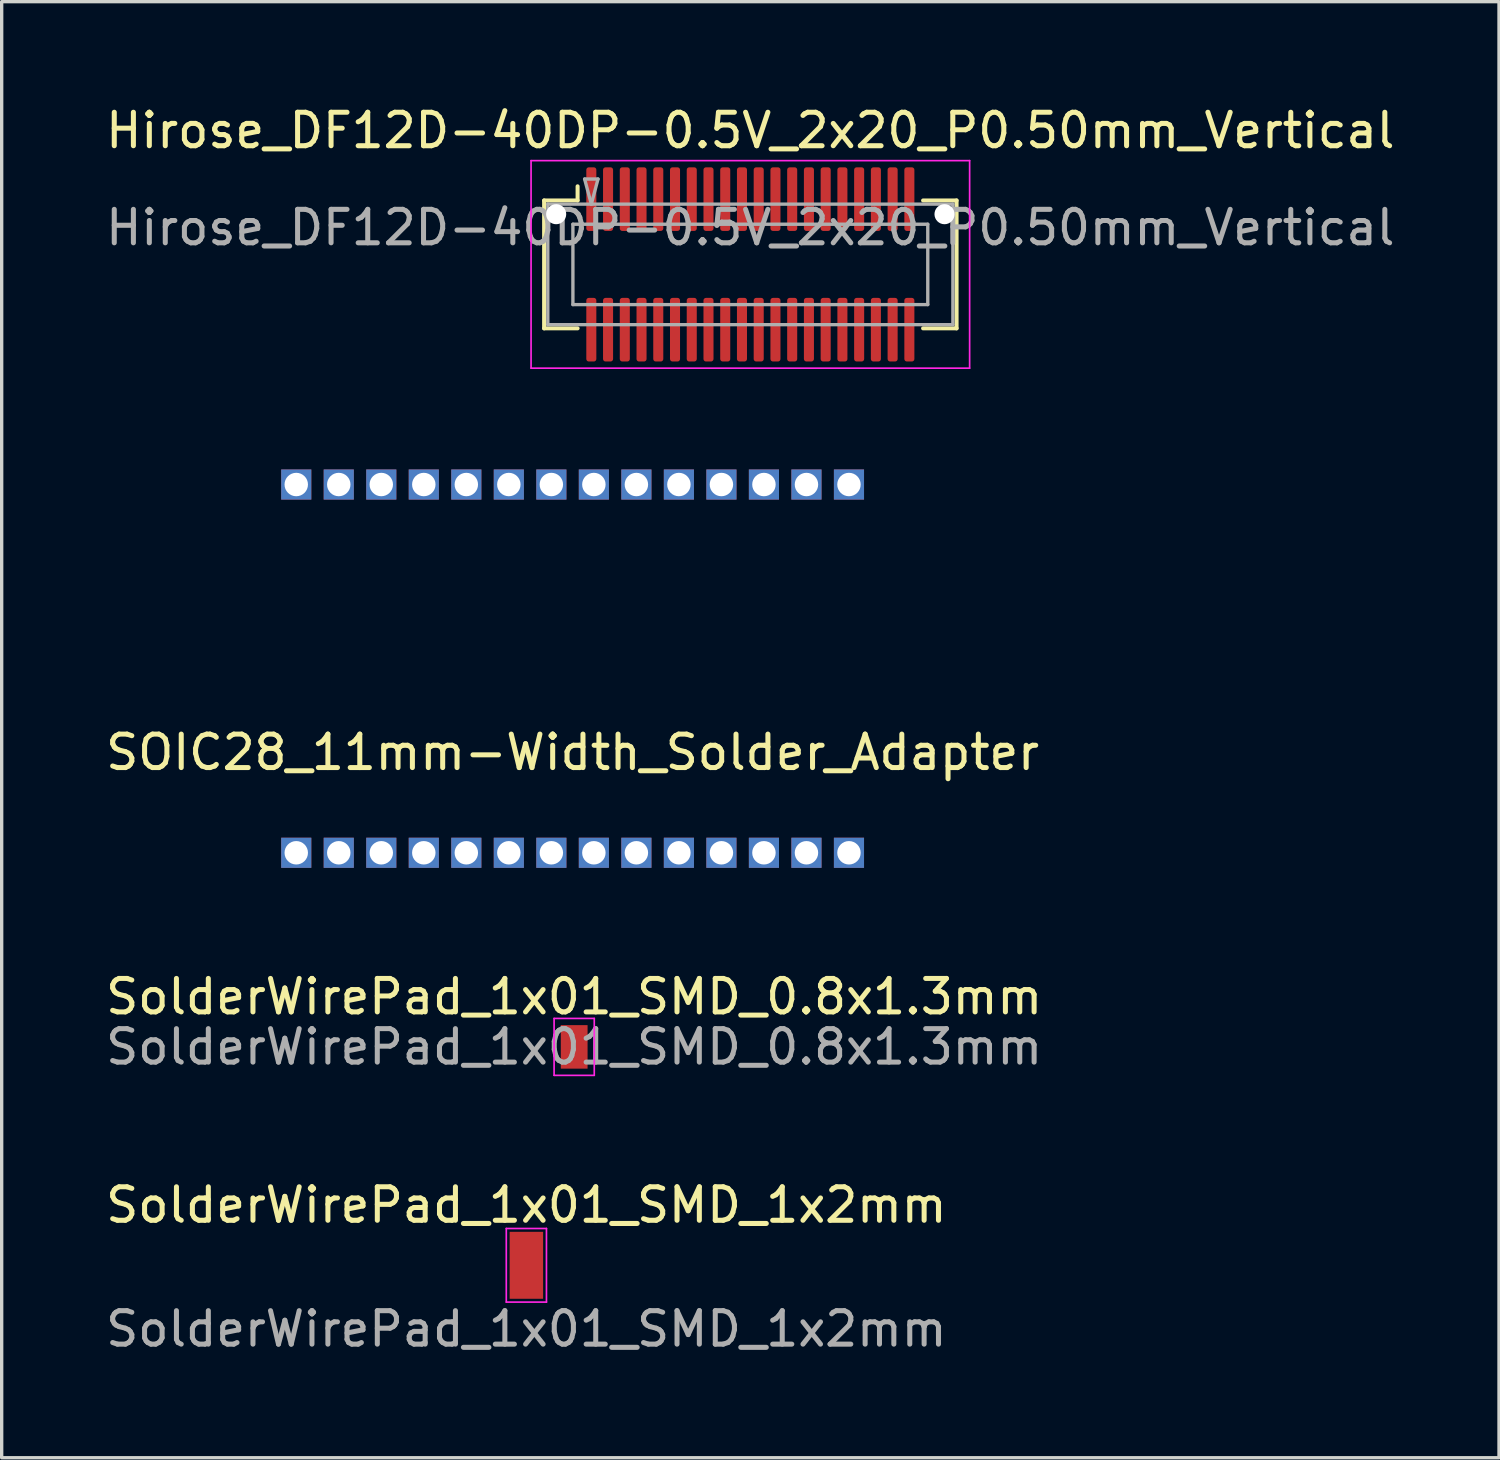
<source format=kicad_pcb>
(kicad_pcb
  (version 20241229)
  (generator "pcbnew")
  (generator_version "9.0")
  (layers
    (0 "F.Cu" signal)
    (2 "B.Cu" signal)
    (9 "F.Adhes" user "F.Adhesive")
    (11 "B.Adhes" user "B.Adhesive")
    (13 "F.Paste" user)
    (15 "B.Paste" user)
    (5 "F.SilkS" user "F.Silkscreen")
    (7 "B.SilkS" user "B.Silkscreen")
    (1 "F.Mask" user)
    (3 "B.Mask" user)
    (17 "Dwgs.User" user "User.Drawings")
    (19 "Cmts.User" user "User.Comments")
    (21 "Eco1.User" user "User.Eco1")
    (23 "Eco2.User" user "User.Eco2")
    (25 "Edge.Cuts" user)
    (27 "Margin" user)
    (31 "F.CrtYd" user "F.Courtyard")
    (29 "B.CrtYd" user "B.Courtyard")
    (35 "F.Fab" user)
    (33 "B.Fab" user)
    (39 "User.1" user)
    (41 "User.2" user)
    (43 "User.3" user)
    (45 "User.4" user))
  (footprint "SOIC28_11mm-Width_Solder_Adapter"
    (layer "F.Cu")
    (at 14.054 16.923)
    (property "Reference" "SOIC28_11mm-Width_Solder_Adapter" (at 0 2.5 0) (layer "F.SilkS") (effects (font (size 1 1) (thickness 0.15))))
    (attr through_hole)
    (pad "1" thru_hole rect (at -8.255 5.5) (size 0.9 0.9) (drill 0.7) (layers "*.Cu" "*.Mask"))
    (pad "2" thru_hole rect (at -6.985 5.5) (size 0.9 0.9) (drill 0.7) (layers "*.Cu" "*.Mask"))
    (pad "3" thru_hole rect (at -5.715 5.5) (size 0.9 0.9) (drill 0.7) (layers "*.Cu" "*.Mask"))
    (pad "4" thru_hole rect (at -4.445 5.5) (size 0.9 0.9) (drill 0.7) (layers "*.Cu" "*.Mask"))
    (pad "5" thru_hole rect (at -3.175 5.5) (size 0.9 0.9) (drill 0.7) (layers "*.Cu" "*.Mask"))
    (pad "6" thru_hole rect (at -1.905 5.5) (size 0.9 0.9) (drill 0.7) (layers "*.Cu" "*.Mask"))
    (pad "7" thru_hole rect (at -0.635 5.5) (size 0.9 0.9) (drill 0.7) (layers "*.Cu" "*.Mask"))
    (pad "8" thru_hole rect (at 0.635 5.5) (size 0.9 0.9) (drill 0.7) (layers "*.Cu" "*.Mask"))
    (pad "9" thru_hole rect (at 1.905 5.5) (size 0.9 0.9) (drill 0.7) (layers "*.Cu" "*.Mask"))
    (pad "10" thru_hole rect (at 3.175 5.5) (size 0.9 0.9) (drill 0.7) (layers "*.Cu" "*.Mask"))
    (pad "11" thru_hole rect (at 4.445 5.5) (size 0.9 0.9) (drill 0.7) (layers "*.Cu" "*.Mask"))
    (pad "12" thru_hole rect (at 5.715 5.5) (size 0.9 0.9) (drill 0.7) (layers "*.Cu" "*.Mask"))
    (pad "13" thru_hole rect (at 6.985 5.5) (size 0.9 0.9) (drill 0.7) (layers "*.Cu" "*.Mask"))
    (pad "14" thru_hole rect (at 8.255 5.5) (size 0.9 0.9) (drill 0.7) (layers "*.Cu" "*.Mask"))
    (pad "15" thru_hole rect (at 8.255 -5.5) (size 0.9 0.9) (drill 0.7) (layers "*.Cu" "*.Mask"))
    (pad "16" thru_hole rect (at 6.985 -5.5) (size 0.9 0.9) (drill 0.7) (layers "*.Cu" "*.Mask"))
    (pad "17" thru_hole rect (at 5.715 -5.5) (size 0.9 0.9) (drill 0.7) (layers "*.Cu" "*.Mask"))
    (pad "18" thru_hole rect (at 4.445 -5.5) (size 0.9 0.9) (drill 0.7) (layers "*.Cu" "*.Mask"))
    (pad "19" thru_hole rect (at 3.175 -5.5) (size 0.9 0.9) (drill 0.7) (layers "*.Cu" "*.Mask"))
    (pad "20" thru_hole rect (at 1.905 -5.5) (size 0.9 0.9) (drill 0.7) (layers "*.Cu" "*.Mask"))
    (pad "21" thru_hole rect (at 0.635 -5.5) (size 0.9 0.9) (drill 0.7) (layers "*.Cu" "*.Mask"))
    (pad "22" thru_hole rect (at -0.635 -5.5) (size 0.9 0.9) (drill 0.7) (layers "*.Cu" "*.Mask"))
    (pad "23" thru_hole rect (at -1.905 -5.5) (size 0.9 0.9) (drill 0.7) (layers "*.Cu" "*.Mask"))
    (pad "24" thru_hole rect (at -3.175 -5.5) (size 0.9 0.9) (drill 0.7) (layers "*.Cu" "*.Mask"))
    (pad "25" thru_hole rect (at -4.445 -5.5) (size 0.9 0.9) (drill 0.7) (layers "*.Cu" "*.Mask"))
    (pad "26" thru_hole rect (at -5.715 -5.5) (size 0.9 0.9) (drill 0.7) (layers "*.Cu" "*.Mask"))
    (pad "27" thru_hole rect (at -6.985 -5.5) (size 0.9 0.9) (drill 0.7) (layers "*.Cu" "*.Mask"))
    (pad "28" thru_hole rect (at -8.255 -5.5) (size 0.9 0.9) (drill 0.7) (layers "*.Cu" "*.Mask")))
  (footprint "Hirose_DF12D-40DP-0.5V_2x20_P0.50mm_Vertical"
    (layer "F.Cu")
    (at 19.363 4.848)
    (property "Reference" "Hirose_DF12D-40DP-0.5V_2x20_P0.50mm_Vertical" (at 0 -4 0) (layer "F.SilkS") (effects (font (size 1 1) (thickness 0.15))))
    (attr smd)
    (fp_line (start -6.16 -1.91) (end -5.16 -1.91) (stroke (width 0.12) (type solid)) (layer "F.SilkS"))
    (fp_line (start -6.16 1.91) (end -6.16 -1.91) (stroke (width 0.12) (type solid)) (layer "F.SilkS"))
    (fp_line (start -5.16 -1.91) (end -5.16 -2.333) (stroke (width 0.12) (type solid)) (layer "F.SilkS"))
    (fp_line (start -5.16 1.91) (end -6.16 1.91) (stroke (width 0.12) (type solid)) (layer "F.SilkS"))
    (fp_line (start 5.16 1.91) (end 6.16 1.91) (stroke (width 0.12) (type solid)) (layer "F.SilkS"))
    (fp_line (start 6.16 -1.91) (end 5.16 -1.91) (stroke (width 0.12) (type solid)) (layer "F.SilkS"))
    (fp_line (start 6.16 1.91) (end 6.16 -1.91) (stroke (width 0.12) (type solid)) (layer "F.SilkS"))
    (fp_line (start -6.55 -3.1) (end -6.55 3.1) (stroke (width 0.05) (type solid)) (layer "F.CrtYd"))
    (fp_line (start -6.55 3.1) (end 6.55 3.1) (stroke (width 0.05) (type solid)) (layer "F.CrtYd"))
    (fp_line (start 6.55 -3.1) (end -6.55 -3.1) (stroke (width 0.05) (type solid)) (layer "F.CrtYd"))
    (fp_line (start 6.55 3.1) (end 6.55 -3.1) (stroke (width 0.05) (type solid)) (layer "F.CrtYd"))
    (fp_line (start -6.05 -1.8) (end 6.05 -1.8) (stroke (width 0.1) (type solid)) (layer "F.Fab"))
    (fp_line (start -6.05 1.8) (end -6.05 -1.8) (stroke (width 0.1) (type solid)) (layer "F.Fab"))
    (fp_line (start -5.3 -1.2) (end 5.3 -1.2) (stroke (width 0.1) (type solid)) (layer "F.Fab"))
    (fp_line (start -5.3 1.2) (end -5.3 -1.2) (stroke (width 0.1) (type solid)) (layer "F.Fab"))
    (fp_line (start -4.95 -2.55) (end -4.75 -1.8) (stroke (width 0.1) (type solid)) (layer "F.Fab"))
    (fp_line (start -4.75 -1.8) (end -4.55 -2.55) (stroke (width 0.1) (type solid)) (layer "F.Fab"))
    (fp_line (start -4.55 -2.55) (end -4.95 -2.55) (stroke (width 0.1) (type solid)) (layer "F.Fab"))
    (fp_line (start 5.3 -1.2) (end 5.3 1.2) (stroke (width 0.1) (type solid)) (layer "F.Fab"))
    (fp_line (start 5.3 1.2) (end -5.3 1.2) (stroke (width 0.1) (type solid)) (layer "F.Fab"))
    (fp_line (start 6.05 -1.8) (end 6.05 1.8) (stroke (width 0.1) (type solid)) (layer "F.Fab"))
    (fp_line (start 6.05 1.8) (end -6.05 1.8) (stroke (width 0.1) (type solid)) (layer "F.Fab"))
    (fp_text user "${REFERENCE}" (at 0 -1.1 0) (layer "F.Fab") (effects (font (size 1 1) (thickness 0.15))))
    (pad "" np_thru_hole circle (at -5.8 -1.5) (size 0.6 0.6) (drill 0.6) (layers "*.Cu" "*.Mask"))
    (pad "" smd rect (at -4.75 -2) (size 0.28 1.2) (layers "F.Paste"))
    (pad "" smd rect (at -4.75 2) (size 0.28 1.2) (layers "F.Paste"))
    (pad "" smd rect (at -4.25 -2) (size 0.28 1.2) (layers "F.Paste"))
    (pad "" smd rect (at -4.25 2) (size 0.28 1.2) (layers "F.Paste"))
    (pad "" smd rect (at -3.75 -2) (size 0.28 1.2) (layers "F.Paste"))
    (pad "" smd rect (at -3.75 2) (size 0.28 1.2) (layers "F.Paste"))
    (pad "" smd rect (at -3.25 -2) (size 0.28 1.2) (layers "F.Paste"))
    (pad "" smd rect (at -3.25 2) (size 0.28 1.2) (layers "F.Paste"))
    (pad "" smd rect (at -2.75 -2) (size 0.28 1.2) (layers "F.Paste"))
    (pad "" smd rect (at -2.75 2) (size 0.28 1.2) (layers "F.Paste"))
    (pad "" smd rect (at -2.25 -2) (size 0.28 1.2) (layers "F.Paste"))
    (pad "" smd rect (at -2.25 2) (size 0.28 1.2) (layers "F.Paste"))
    (pad "" smd rect (at -1.75 -2) (size 0.28 1.2) (layers "F.Paste"))
    (pad "" smd rect (at -1.75 2) (size 0.28 1.2) (layers "F.Paste"))
    (pad "" smd rect (at -1.25 -2) (size 0.28 1.2) (layers "F.Paste"))
    (pad "" smd rect (at -1.25 2) (size 0.28 1.2) (layers "F.Paste"))
    (pad "" smd rect (at -0.75 -2) (size 0.28 1.2) (layers "F.Paste"))
    (pad "" smd rect (at -0.75 2) (size 0.28 1.2) (layers "F.Paste"))
    (pad "" smd rect (at -0.25 -2) (size 0.28 1.2) (layers "F.Paste"))
    (pad "" smd rect (at -0.25 2) (size 0.28 1.2) (layers "F.Paste"))
    (pad "" smd rect (at 0.25 -2) (size 0.28 1.2) (layers "F.Paste"))
    (pad "" smd rect (at 0.25 2) (size 0.28 1.2) (layers "F.Paste"))
    (pad "" smd rect (at 0.75 -2) (size 0.28 1.2) (layers "F.Paste"))
    (pad "" smd rect (at 0.75 2) (size 0.28 1.2) (layers "F.Paste"))
    (pad "" smd rect (at 1.25 -2) (size 0.28 1.2) (layers "F.Paste"))
    (pad "" smd rect (at 1.25 2) (size 0.28 1.2) (layers "F.Paste"))
    (pad "" smd rect (at 1.75 -2) (size 0.28 1.2) (layers "F.Paste"))
    (pad "" smd rect (at 1.75 2) (size 0.28 1.2) (layers "F.Paste"))
    (pad "" smd rect (at 2.25 -2) (size 0.28 1.2) (layers "F.Paste"))
    (pad "" smd rect (at 2.25 2) (size 0.28 1.2) (layers "F.Paste"))
    (pad "" smd rect (at 2.75 -2) (size 0.28 1.2) (layers "F.Paste"))
    (pad "" smd rect (at 2.75 2) (size 0.28 1.2) (layers "F.Paste"))
    (pad "" smd rect (at 3.25 -2) (size 0.28 1.2) (layers "F.Paste"))
    (pad "" smd rect (at 3.25 2) (size 0.28 1.2) (layers "F.Paste"))
    (pad "" smd rect (at 3.75 -2) (size 0.28 1.2) (layers "F.Paste"))
    (pad "" smd rect (at 3.75 2) (size 0.28 1.2) (layers "F.Paste"))
    (pad "" smd rect (at 4.25 -2) (size 0.28 1.2) (layers "F.Paste"))
    (pad "" smd rect (at 4.25 2) (size 0.28 1.2) (layers "F.Paste"))
    (pad "" smd rect (at 4.75 -2) (size 0.28 1.2) (layers "F.Paste"))
    (pad "" smd rect (at 4.75 2) (size 0.28 1.2) (layers "F.Paste"))
    (pad "" np_thru_hole circle (at 5.8 -1.5) (size 0.6 0.6) (drill 0.6) (layers "*.Cu" "*.Mask"))
    (pad "1" smd roundrect (at -4.75 1.95) (size 0.3 1.9) (layers "F.Cu" "F.Mask") (roundrect_rratio 0.25))
    (pad "2" smd roundrect (at -4.75 -1.95) (size 0.3 1.9) (layers "F.Cu" "F.Mask") (roundrect_rratio 0.25))
    (pad "3" smd roundrect (at -4.25 1.95) (size 0.3 1.9) (layers "F.Cu" "F.Mask") (roundrect_rratio 0.25))
    (pad "4" smd roundrect (at -4.25 -1.95) (size 0.3 1.9) (layers "F.Cu" "F.Mask") (roundrect_rratio 0.25))
    (pad "5" smd roundrect (at -3.75 1.95) (size 0.3 1.9) (layers "F.Cu" "F.Mask") (roundrect_rratio 0.25))
    (pad "6" smd roundrect (at -3.75 -1.95) (size 0.3 1.9) (layers "F.Cu" "F.Mask") (roundrect_rratio 0.25))
    (pad "7" smd roundrect (at -3.25 1.95) (size 0.3 1.9) (layers "F.Cu" "F.Mask") (roundrect_rratio 0.25))
    (pad "8" smd roundrect (at -3.25 -1.95) (size 0.3 1.9) (layers "F.Cu" "F.Mask") (roundrect_rratio 0.25))
    (pad "9" smd roundrect (at -2.75 1.95) (size 0.3 1.9) (layers "F.Cu" "F.Mask") (roundrect_rratio 0.25))
    (pad "10" smd roundrect (at -2.75 -1.95) (size 0.3 1.9) (layers "F.Cu" "F.Mask") (roundrect_rratio 0.25))
    (pad "11" smd roundrect (at -2.25 1.95) (size 0.3 1.9) (layers "F.Cu" "F.Mask") (roundrect_rratio 0.25))
    (pad "12" smd roundrect (at -2.25 -1.95) (size 0.3 1.9) (layers "F.Cu" "F.Mask") (roundrect_rratio 0.25))
    (pad "13" smd roundrect (at -1.75 1.95) (size 0.3 1.9) (layers "F.Cu" "F.Mask") (roundrect_rratio 0.25))
    (pad "14" smd roundrect (at -1.75 -1.95) (size 0.3 1.9) (layers "F.Cu" "F.Mask") (roundrect_rratio 0.25))
    (pad "15" smd roundrect (at -1.25 1.95) (size 0.3 1.9) (layers "F.Cu" "F.Mask") (roundrect_rratio 0.25))
    (pad "16" smd roundrect (at -1.25 -1.95) (size 0.3 1.9) (layers "F.Cu" "F.Mask") (roundrect_rratio 0.25))
    (pad "17" smd roundrect (at -0.75 1.95) (size 0.3 1.9) (layers "F.Cu" "F.Mask") (roundrect_rratio 0.25))
    (pad "18" smd roundrect (at -0.75 -1.95) (size 0.3 1.9) (layers "F.Cu" "F.Mask") (roundrect_rratio 0.25))
    (pad "19" smd roundrect (at -0.25 1.95) (size 0.3 1.9) (layers "F.Cu" "F.Mask") (roundrect_rratio 0.25))
    (pad "20" smd roundrect (at -0.25 -1.95) (size 0.3 1.9) (layers "F.Cu" "F.Mask") (roundrect_rratio 0.25))
    (pad "21" smd roundrect (at 0.25 1.95) (size 0.3 1.9) (layers "F.Cu" "F.Mask") (roundrect_rratio 0.25))
    (pad "22" smd roundrect (at 0.25 -1.95) (size 0.3 1.9) (layers "F.Cu" "F.Mask") (roundrect_rratio 0.25))
    (pad "23" smd roundrect (at 0.75 1.95) (size 0.3 1.9) (layers "F.Cu" "F.Mask") (roundrect_rratio 0.25))
    (pad "24" smd roundrect (at 0.75 -1.95) (size 0.3 1.9) (layers "F.Cu" "F.Mask") (roundrect_rratio 0.25))
    (pad "25" smd roundrect (at 1.25 1.95) (size 0.3 1.9) (layers "F.Cu" "F.Mask") (roundrect_rratio 0.25))
    (pad "26" smd roundrect (at 1.25 -1.95) (size 0.3 1.9) (layers "F.Cu" "F.Mask") (roundrect_rratio 0.25))
    (pad "27" smd roundrect (at 1.75 1.95) (size 0.3 1.9) (layers "F.Cu" "F.Mask") (roundrect_rratio 0.25))
    (pad "28" smd roundrect (at 1.75 -1.95) (size 0.3 1.9) (layers "F.Cu" "F.Mask") (roundrect_rratio 0.25))
    (pad "29" smd roundrect (at 2.25 1.95) (size 0.3 1.9) (layers "F.Cu" "F.Mask") (roundrect_rratio 0.25))
    (pad "30" smd roundrect (at 2.25 -1.95) (size 0.3 1.9) (layers "F.Cu" "F.Mask") (roundrect_rratio 0.25))
    (pad "31" smd roundrect (at 2.75 1.95) (size 0.3 1.9) (layers "F.Cu" "F.Mask") (roundrect_rratio 0.25))
    (pad "32" smd roundrect (at 2.75 -1.95) (size 0.3 1.9) (layers "F.Cu" "F.Mask") (roundrect_rratio 0.25))
    (pad "33" smd roundrect (at 3.25 1.95) (size 0.3 1.9) (layers "F.Cu" "F.Mask") (roundrect_rratio 0.25))
    (pad "34" smd roundrect (at 3.25 -1.95) (size 0.3 1.9) (layers "F.Cu" "F.Mask") (roundrect_rratio 0.25))
    (pad "35" smd roundrect (at 3.75 1.95) (size 0.3 1.9) (layers "F.Cu" "F.Mask") (roundrect_rratio 0.25))
    (pad "36" smd roundrect (at 3.75 -1.95) (size 0.3 1.9) (layers "F.Cu" "F.Mask") (roundrect_rratio 0.25))
    (pad "37" smd roundrect (at 4.25 1.95) (size 0.3 1.9) (layers "F.Cu" "F.Mask") (roundrect_rratio 0.25))
    (pad "38" smd roundrect (at 4.25 -1.95) (size 0.3 1.9) (layers "F.Cu" "F.Mask") (roundrect_rratio 0.25))
    (pad "39" smd roundrect (at 4.75 1.95) (size 0.3 1.9) (layers "F.Cu" "F.Mask") (roundrect_rratio 0.25))
    (pad "40" smd roundrect (at 4.75 -1.95) (size 0.3 1.9) (layers "F.Cu" "F.Mask") (roundrect_rratio 0.25)))
  (footprint "SolderWirePad_1x01_SMD_1x2mm"
    (layer "F.Cu")
    (at 12.673 34.745)
    (property "Reference" "SolderWirePad_1x01_SMD_1x2mm" (at 0 -1.8 0) (layer "F.SilkS") (effects (font (size 1 1) (thickness 0.15))))
    (attr smd exclude_from_pos_files exclude_from_bom)
    (fp_line (start -0.6 -1.1) (end -0.6 1.1) (stroke (width 0.05) (type solid)) (layer "F.CrtYd"))
    (fp_line (start -0.6 -1.1) (end 0.6 -1.1) (stroke (width 0.05) (type solid)) (layer "F.CrtYd"))
    (fp_line (start -0.6 1.1) (end 0.6 1.1) (stroke (width 0.05) (type solid)) (layer "F.CrtYd"))
    (fp_line (start 0.6 1.1) (end 0.6 -1.1) (stroke (width 0.05) (type solid)) (layer "F.CrtYd"))
    (fp_text user "${REFERENCE}" (at 0 1.9 0) (layer "F.Fab") (effects (font (size 1 1) (thickness 0.15))))
    (pad "1" smd rect (at 0 0) (size 1 2) (layers "F.Cu" "F.Mask" "F.Paste")))
  (footprint "SolderWirePad_1x01_SMD_0.8x1.3mm"
    (layer "F.Cu")
    (at 14.101 28.221)
    (property "Reference" "SolderWirePad_1x01_SMD_0.8x1.3mm" (at 0 -1.5 0) (layer "F.SilkS") (effects (font (size 1 1) (thickness 0.15))))
    (attr smd exclude_from_pos_files exclude_from_bom)
    (fp_line (start -0.6 -0.85) (end -0.6 0.85) (stroke (width 0.05) (type solid)) (layer "F.CrtYd"))
    (fp_line (start -0.6 -0.85) (end 0.6 -0.85) (stroke (width 0.05) (type solid)) (layer "F.CrtYd"))
    (fp_line (start -0.6 0.85) (end 0.6 0.85) (stroke (width 0.05) (type solid)) (layer "F.CrtYd"))
    (fp_line (start 0.6 0.85) (end 0.6 -0.85) (stroke (width 0.05) (type solid)) (layer "F.CrtYd"))
    (fp_text user "${REFERENCE}" (at 0 0 0) (layer "F.Fab") (effects (font (size 1 1) (thickness 0.15))))
    (pad "1" smd rect (at 0 0) (size 0.8 1.3) (layers "F.Cu" "F.Mask" "F.Paste")))
  (gr_rect
    (start -3 -3)
    (end 41.726 40.493)
    (stroke (width 0.1) (type default))
    (fill no)
    (layer "Edge.Cuts")))
</source>
